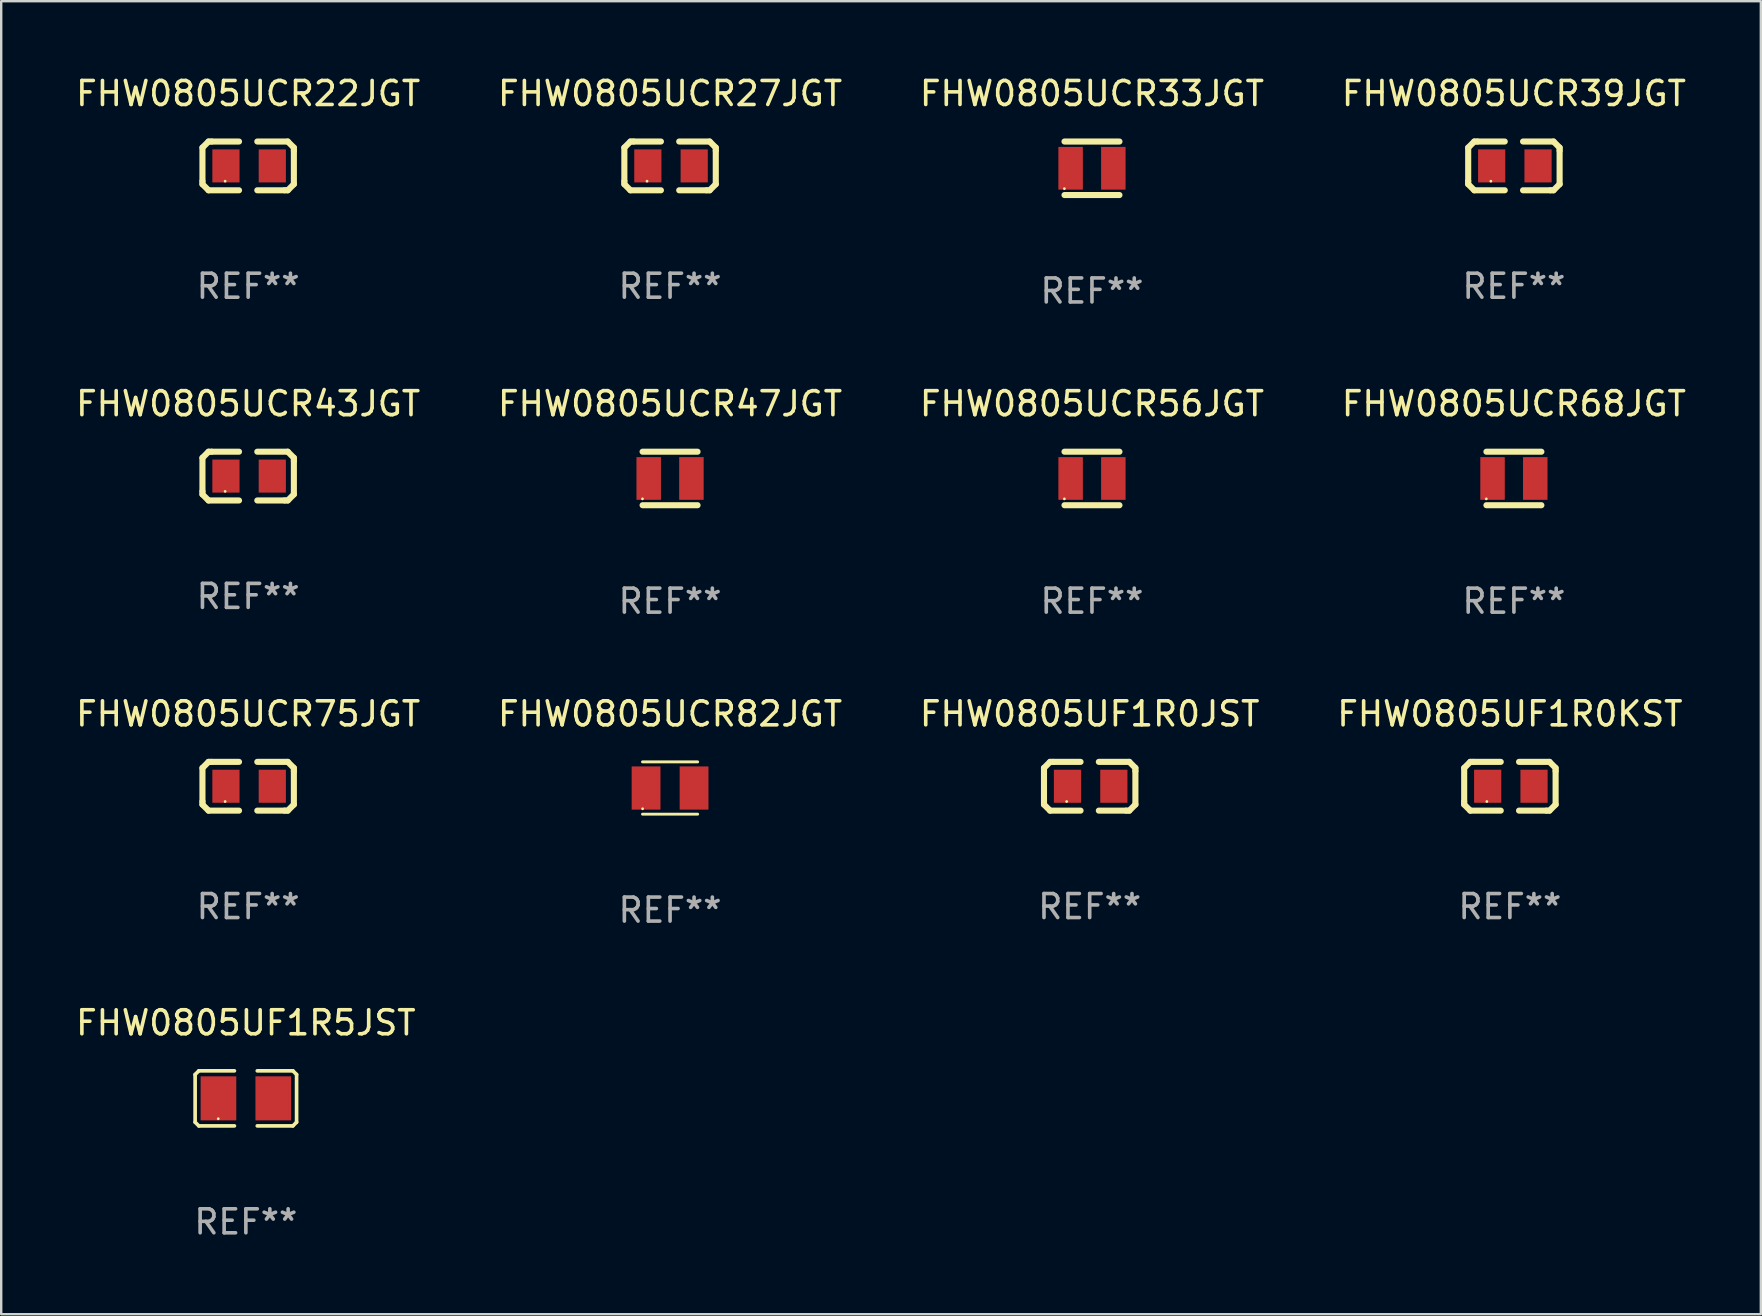
<source format=kicad_pcb>
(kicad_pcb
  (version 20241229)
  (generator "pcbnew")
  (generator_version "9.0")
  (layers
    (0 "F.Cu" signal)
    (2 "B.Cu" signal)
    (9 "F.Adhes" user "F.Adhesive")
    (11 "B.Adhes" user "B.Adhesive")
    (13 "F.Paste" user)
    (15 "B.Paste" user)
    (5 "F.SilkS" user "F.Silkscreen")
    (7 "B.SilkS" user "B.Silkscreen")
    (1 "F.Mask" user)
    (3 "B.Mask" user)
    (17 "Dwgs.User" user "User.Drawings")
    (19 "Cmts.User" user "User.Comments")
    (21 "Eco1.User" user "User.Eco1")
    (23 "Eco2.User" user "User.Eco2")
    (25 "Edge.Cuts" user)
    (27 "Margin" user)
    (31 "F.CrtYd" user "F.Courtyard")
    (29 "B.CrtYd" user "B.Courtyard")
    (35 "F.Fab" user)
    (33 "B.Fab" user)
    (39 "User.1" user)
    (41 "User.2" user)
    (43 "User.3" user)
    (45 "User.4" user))
  (footprint "FHW0805UCR39JGT"
    (layer "F.Cu")
    (at 60.042 3.864)
    (property "Reference" "FHW0805UCR39JGT" (at 0 -3.016 0) (layer "F.SilkS") (effects (font (size 1 1) (thickness 0.15))))
    (attr through_hole)
    (fp_line (start -1.905 -0.762) (end -1.905 0.635) (stroke (width 0.254) (type solid)) (layer "F.SilkS"))
    (fp_line (start -1.905 0.635) (end -1.905 0.762) (stroke (width 0.254) (type solid)) (layer "F.SilkS"))
    (fp_line (start -1.905 0.762) (end -1.651 1.016) (stroke (width 0.254) (type solid)) (layer "F.SilkS"))
    (fp_line (start -1.651 -1.016) (end -1.905 -0.762) (stroke (width 0.254) (type solid)) (layer "F.SilkS"))
    (fp_line (start -1.651 1.016) (end -0.381 1.016) (stroke (width 0.254) (type solid)) (layer "F.SilkS"))
    (fp_line (start -1.524 -1.016) (end -1.651 -1.016) (stroke (width 0.254) (type solid)) (layer "F.SilkS"))
    (fp_line (start -0.381 -1.016) (end -1.524 -1.016) (stroke (width 0.254) (type solid)) (layer "F.SilkS"))
    (fp_line (start 0.381 1.016) (end 1.524 1.016) (stroke (width 0.254) (type solid)) (layer "F.SilkS"))
    (fp_line (start 1.524 1.016) (end 1.651 1.016) (stroke (width 0.254) (type solid)) (layer "F.SilkS"))
    (fp_line (start 1.651 -1.016) (end 0.381 -1.016) (stroke (width 0.254) (type solid)) (layer "F.SilkS"))
    (fp_line (start 1.651 1.016) (end 1.905 0.762) (stroke (width 0.254) (type solid)) (layer "F.SilkS"))
    (fp_line (start 1.905 -0.762) (end 1.651 -1.016) (stroke (width 0.254) (type solid)) (layer "F.SilkS"))
    (fp_line (start 1.905 -0.635) (end 1.905 -0.762) (stroke (width 0.254) (type solid)) (layer "F.SilkS"))
    (fp_line (start 1.905 0.762) (end 1.905 -0.635) (stroke (width 0.254) (type solid)) (layer "F.SilkS"))
    (fp_circle (center -0.96 0.637) (end -0.93 0.637) (stroke (width 0.06) (type solid)) (fill no) (layer "F.SilkS"))
    (fp_text user "REF**" (at 0 5.016 0) (layer "F.Fab") (effects (font (size 1 1) (thickness 0.15))))
    (pad "1" smd rect (at -0.926 -0.000051) (size 1.133 1.377) (layers "F.Cu" "F.Mask" "F.Paste"))
    (pad "2" smd rect (at 1.006 -0.000051) (size 1.133 1.377) (layers "F.Cu" "F.Mask" "F.Paste")))
  (footprint "FHW0805UCR43JGT"
    (layer "F.Cu")
    (at 7.292 16.791)
    (property "Reference" "FHW0805UCR43JGT" (at 0 -3.016 0) (layer "F.SilkS") (effects (font (size 1 1) (thickness 0.15))))
    (attr through_hole)
    (fp_line (start -1.905 -0.762) (end -1.905 0.635) (stroke (width 0.254) (type solid)) (layer "F.SilkS"))
    (fp_line (start -1.905 0.635) (end -1.905 0.762) (stroke (width 0.254) (type solid)) (layer "F.SilkS"))
    (fp_line (start -1.905 0.762) (end -1.651 1.016) (stroke (width 0.254) (type solid)) (layer "F.SilkS"))
    (fp_line (start -1.651 -1.016) (end -1.905 -0.762) (stroke (width 0.254) (type solid)) (layer "F.SilkS"))
    (fp_line (start -1.651 1.016) (end -0.381 1.016) (stroke (width 0.254) (type solid)) (layer "F.SilkS"))
    (fp_line (start -1.524 -1.016) (end -1.651 -1.016) (stroke (width 0.254) (type solid)) (layer "F.SilkS"))
    (fp_line (start -0.381 -1.016) (end -1.524 -1.016) (stroke (width 0.254) (type solid)) (layer "F.SilkS"))
    (fp_line (start 0.381 1.016) (end 1.524 1.016) (stroke (width 0.254) (type solid)) (layer "F.SilkS"))
    (fp_line (start 1.524 1.016) (end 1.651 1.016) (stroke (width 0.254) (type solid)) (layer "F.SilkS"))
    (fp_line (start 1.651 -1.016) (end 0.381 -1.016) (stroke (width 0.254) (type solid)) (layer "F.SilkS"))
    (fp_line (start 1.651 1.016) (end 1.905 0.762) (stroke (width 0.254) (type solid)) (layer "F.SilkS"))
    (fp_line (start 1.905 -0.762) (end 1.651 -1.016) (stroke (width 0.254) (type solid)) (layer "F.SilkS"))
    (fp_line (start 1.905 -0.635) (end 1.905 -0.762) (stroke (width 0.254) (type solid)) (layer "F.SilkS"))
    (fp_line (start 1.905 0.762) (end 1.905 -0.635) (stroke (width 0.254) (type solid)) (layer "F.SilkS"))
    (fp_circle (center -0.96 0.637) (end -0.93 0.637) (stroke (width 0.06) (type solid)) (fill no) (layer "F.SilkS"))
    (fp_text user "REF**" (at 0 5.016 0) (layer "F.Fab") (effects (font (size 1 1) (thickness 0.15))))
    (pad "1" smd rect (at -0.926 -0.000051) (size 1.133 1.377) (layers "F.Cu" "F.Mask" "F.Paste"))
    (pad "2" smd rect (at 1.006 -0.000051) (size 1.133 1.377) (layers "F.Cu" "F.Mask" "F.Paste")))
  (footprint "FHW0805UCR33JGT"
    (layer "F.Cu")
    (at 42.458 3.963)
    (property "Reference" "FHW0805UCR33JGT" (at 0 -3.115 0) (layer "F.SilkS") (effects (font (size 1 1) (thickness 0.15))))
    (attr through_hole)
    (fp_line (start -1.145 -1.115) (end 1.145 -1.115) (stroke (width 0.254) (type solid)) (layer "F.SilkS"))
    (fp_line (start -1.145 1.115) (end 1.145 1.115) (stroke (width 0.254) (type solid)) (layer "F.SilkS"))
    (fp_circle (center -1.15 0.85) (end -1.12 0.85) (stroke (width 0.06) (type solid)) (fill no) (layer "F.SilkS"))
    (fp_text user "REF**" (at 0 5.115 0) (layer "F.Fab") (effects (font (size 1 1) (thickness 0.15))))
    (pad "1" smd rect (at -0.89 0 90) (size 1.78 1.02) (layers "F.Cu" "F.Mask" "F.Paste"))
    (pad "2" smd rect (at 0.89 0 90) (size 1.78 1.02) (layers "F.Cu" "F.Mask" "F.Paste")))
  (footprint "FHW0805UCR75JGT"
    (layer "F.Cu")
    (at 7.292 29.717)
    (property "Reference" "FHW0805UCR75JGT" (at 0 -3.016 0) (layer "F.SilkS") (effects (font (size 1 1) (thickness 0.15))))
    (attr through_hole)
    (fp_line (start -1.905 -0.762) (end -1.905 0.635) (stroke (width 0.254) (type solid)) (layer "F.SilkS"))
    (fp_line (start -1.905 0.635) (end -1.905 0.762) (stroke (width 0.254) (type solid)) (layer "F.SilkS"))
    (fp_line (start -1.905 0.762) (end -1.651 1.016) (stroke (width 0.254) (type solid)) (layer "F.SilkS"))
    (fp_line (start -1.651 -1.016) (end -1.905 -0.762) (stroke (width 0.254) (type solid)) (layer "F.SilkS"))
    (fp_line (start -1.651 1.016) (end -0.381 1.016) (stroke (width 0.254) (type solid)) (layer "F.SilkS"))
    (fp_line (start -1.524 -1.016) (end -1.651 -1.016) (stroke (width 0.254) (type solid)) (layer "F.SilkS"))
    (fp_line (start -0.381 -1.016) (end -1.524 -1.016) (stroke (width 0.254) (type solid)) (layer "F.SilkS"))
    (fp_line (start 0.381 1.016) (end 1.524 1.016) (stroke (width 0.254) (type solid)) (layer "F.SilkS"))
    (fp_line (start 1.524 1.016) (end 1.651 1.016) (stroke (width 0.254) (type solid)) (layer "F.SilkS"))
    (fp_line (start 1.651 -1.016) (end 0.381 -1.016) (stroke (width 0.254) (type solid)) (layer "F.SilkS"))
    (fp_line (start 1.651 1.016) (end 1.905 0.762) (stroke (width 0.254) (type solid)) (layer "F.SilkS"))
    (fp_line (start 1.905 -0.762) (end 1.651 -1.016) (stroke (width 0.254) (type solid)) (layer "F.SilkS"))
    (fp_line (start 1.905 -0.635) (end 1.905 -0.762) (stroke (width 0.254) (type solid)) (layer "F.SilkS"))
    (fp_line (start 1.905 0.762) (end 1.905 -0.635) (stroke (width 0.254) (type solid)) (layer "F.SilkS"))
    (fp_circle (center -0.96 0.637) (end -0.93 0.637) (stroke (width 0.06) (type solid)) (fill no) (layer "F.SilkS"))
    (fp_text user "REF**" (at 0 5.016 0) (layer "F.Fab") (effects (font (size 1 1) (thickness 0.15))))
    (pad "1" smd rect (at -0.926 -0.000051) (size 1.133 1.377) (layers "F.Cu" "F.Mask" "F.Paste"))
    (pad "2" smd rect (at 1.006 -0.000051) (size 1.133 1.377) (layers "F.Cu" "F.Mask" "F.Paste")))
  (footprint "FHW0805UCR82JGT"
    (layer "F.Cu")
    (at 24.875 29.791)
    (property "Reference" "FHW0805UCR82JGT" (at 0 -3.09 0) (layer "F.SilkS") (effects (font (size 1 1) (thickness 0.15))))
    (attr through_hole)
    (fp_line (start -1.15 1.09) (end 1.15 1.09) (stroke (width 0.12) (type solid)) (layer "F.SilkS"))
    (fp_line (start 1.15 -1.09) (end -1.15 -1.09) (stroke (width 0.12) (type solid)) (layer "F.SilkS"))
    (fp_circle (center -1.145 0.865) (end -1.115 0.865) (stroke (width 0.06) (type solid)) (fill no) (layer "F.SilkS"))
    (fp_text user "REF**" (at 0 5.09 0) (layer "F.Fab") (effects (font (size 1 1) (thickness 0.15))))
    (pad "1" smd rect (at -1 0 90) (size 1.8 1.2) (layers "F.Cu" "F.Mask" "F.Paste"))
    (pad "2" smd rect (at 1 0 90) (size 1.8 1.2) (layers "F.Cu" "F.Mask" "F.Paste")))
  (footprint "FHW0805UCR56JGT"
    (layer "F.Cu")
    (at 42.458 16.89)
    (property "Reference" "FHW0805UCR56JGT" (at 0 -3.115 0) (layer "F.SilkS") (effects (font (size 1 1) (thickness 0.15))))
    (attr through_hole)
    (fp_line (start -1.145 -1.115) (end 1.145 -1.115) (stroke (width 0.254) (type solid)) (layer "F.SilkS"))
    (fp_line (start -1.145 1.115) (end 1.145 1.115) (stroke (width 0.254) (type solid)) (layer "F.SilkS"))
    (fp_circle (center -1.15 0.85) (end -1.12 0.85) (stroke (width 0.06) (type solid)) (fill no) (layer "F.SilkS"))
    (fp_text user "REF**" (at 0 5.115 0) (layer "F.Fab") (effects (font (size 1 1) (thickness 0.15))))
    (pad "1" smd rect (at -0.89 0 90) (size 1.78 1.02) (layers "F.Cu" "F.Mask" "F.Paste"))
    (pad "2" smd rect (at 0.89 0 90) (size 1.78 1.02) (layers "F.Cu" "F.Mask" "F.Paste")))
  (footprint "FHW0805UCR47JGT"
    (layer "F.Cu")
    (at 24.875 16.89)
    (property "Reference" "FHW0805UCR47JGT" (at 0 -3.115 0) (layer "F.SilkS") (effects (font (size 1 1) (thickness 0.15))))
    (attr through_hole)
    (fp_line (start -1.145 -1.115) (end 1.145 -1.115) (stroke (width 0.254) (type solid)) (layer "F.SilkS"))
    (fp_line (start -1.145 1.115) (end 1.145 1.115) (stroke (width 0.254) (type solid)) (layer "F.SilkS"))
    (fp_circle (center -1.15 0.85) (end -1.12 0.85) (stroke (width 0.06) (type solid)) (fill no) (layer "F.SilkS"))
    (fp_text user "REF**" (at 0 5.115 0) (layer "F.Fab") (effects (font (size 1 1) (thickness 0.15))))
    (pad "1" smd rect (at -0.89 0 90) (size 1.78 1.02) (layers "F.Cu" "F.Mask" "F.Paste"))
    (pad "2" smd rect (at 0.89 0 90) (size 1.78 1.02) (layers "F.Cu" "F.Mask" "F.Paste")))
  (footprint "FHW0805UF1R5JST"
    (layer "F.Cu")
    (at 7.196 42.724)
    (property "Reference" "FHW0805UF1R5JST" (at 0 -3.147 0) (layer "F.SilkS") (effects (font (size 1 1) (thickness 0.15))))
    (attr through_hole)
    (fp_line (start -2.114 -0.994) (end -2.114 0.994) (stroke (width 0.152) (type solid)) (layer "F.SilkS"))
    (fp_line (start -2.114 0.994) (end -1.961 1.147) (stroke (width 0.152) (type solid)) (layer "F.SilkS"))
    (fp_line (start -1.961 -1.147) (end -2.114 -0.994) (stroke (width 0.152) (type solid)) (layer "F.SilkS"))
    (fp_line (start -1.961 1.147) (end -0.476 1.147) (stroke (width 0.152) (type solid)) (layer "F.SilkS"))
    (fp_line (start -0.476 -1.147) (end -1.961 -1.147) (stroke (width 0.152) (type solid)) (layer "F.SilkS"))
    (fp_line (start 0.476 -1.147) (end 1.961 -1.147) (stroke (width 0.152) (type solid)) (layer "F.SilkS"))
    (fp_line (start 1.961 -1.147) (end 2.114 -0.994) (stroke (width 0.152) (type solid)) (layer "F.SilkS"))
    (fp_line (start 1.961 1.147) (end 0.476 1.147) (stroke (width 0.152) (type solid)) (layer "F.SilkS"))
    (fp_line (start 2.114 -0.994) (end 2.114 0.994) (stroke (width 0.152) (type solid)) (layer "F.SilkS"))
    (fp_line (start 2.114 0.994) (end 1.961 1.147) (stroke (width 0.152) (type solid)) (layer "F.SilkS"))
    (fp_circle (center -1.15 0.85) (end -1.12 0.85) (stroke (width 0.06) (type solid)) (fill no) (layer "F.SilkS"))
    (fp_text user "REF**" (at 0 5.147 0) (layer "F.Fab") (effects (font (size 1 1) (thickness 0.15))))
    (pad "1" smd rect (at -1.142 0) (size 1.485 1.836) (layers "F.Cu" "F.Mask" "F.Paste"))
    (pad "2" smd rect (at 1.142 0) (size 1.485 1.836) (layers "F.Cu" "F.Mask" "F.Paste")))
  (footprint "FHW0805UCR68JGT"
    (layer "F.Cu")
    (at 60.042 16.89)
    (property "Reference" "FHW0805UCR68JGT" (at 0 -3.115 0) (layer "F.SilkS") (effects (font (size 1 1) (thickness 0.15))))
    (attr through_hole)
    (fp_line (start -1.145 -1.115) (end 1.145 -1.115) (stroke (width 0.254) (type solid)) (layer "F.SilkS"))
    (fp_line (start -1.145 1.115) (end 1.145 1.115) (stroke (width 0.254) (type solid)) (layer "F.SilkS"))
    (fp_circle (center -1.15 0.85) (end -1.12 0.85) (stroke (width 0.06) (type solid)) (fill no) (layer "F.SilkS"))
    (fp_text user "REF**" (at 0 5.115 0) (layer "F.Fab") (effects (font (size 1 1) (thickness 0.15))))
    (pad "1" smd rect (at -0.89 0 90) (size 1.78 1.02) (layers "F.Cu" "F.Mask" "F.Paste"))
    (pad "2" smd rect (at 0.89 0 90) (size 1.78 1.02) (layers "F.Cu" "F.Mask" "F.Paste")))
  (footprint "FHW0805UF1R0KST"
    (layer "F.Cu")
    (at 59.875 29.717)
    (property "Reference" "FHW0805UF1R0KST" (at 0 -3.016 0) (layer "F.SilkS") (effects (font (size 1 1) (thickness 0.15))))
    (attr through_hole)
    (fp_line (start -1.905 -0.762) (end -1.905 0.635) (stroke (width 0.254) (type solid)) (layer "F.SilkS"))
    (fp_line (start -1.905 0.635) (end -1.905 0.762) (stroke (width 0.254) (type solid)) (layer "F.SilkS"))
    (fp_line (start -1.905 0.762) (end -1.651 1.016) (stroke (width 0.254) (type solid)) (layer "F.SilkS"))
    (fp_line (start -1.651 -1.016) (end -1.905 -0.762) (stroke (width 0.254) (type solid)) (layer "F.SilkS"))
    (fp_line (start -1.651 1.016) (end -0.381 1.016) (stroke (width 0.254) (type solid)) (layer "F.SilkS"))
    (fp_line (start -1.524 -1.016) (end -1.651 -1.016) (stroke (width 0.254) (type solid)) (layer "F.SilkS"))
    (fp_line (start -0.381 -1.016) (end -1.524 -1.016) (stroke (width 0.254) (type solid)) (layer "F.SilkS"))
    (fp_line (start 0.381 1.016) (end 1.524 1.016) (stroke (width 0.254) (type solid)) (layer "F.SilkS"))
    (fp_line (start 1.524 1.016) (end 1.651 1.016) (stroke (width 0.254) (type solid)) (layer "F.SilkS"))
    (fp_line (start 1.651 -1.016) (end 0.381 -1.016) (stroke (width 0.254) (type solid)) (layer "F.SilkS"))
    (fp_line (start 1.651 1.016) (end 1.905 0.762) (stroke (width 0.254) (type solid)) (layer "F.SilkS"))
    (fp_line (start 1.905 -0.762) (end 1.651 -1.016) (stroke (width 0.254) (type solid)) (layer "F.SilkS"))
    (fp_line (start 1.905 -0.635) (end 1.905 -0.762) (stroke (width 0.254) (type solid)) (layer "F.SilkS"))
    (fp_line (start 1.905 0.762) (end 1.905 -0.635) (stroke (width 0.254) (type solid)) (layer "F.SilkS"))
    (fp_circle (center -0.96 0.637) (end -0.93 0.637) (stroke (width 0.06) (type solid)) (fill no) (layer "F.SilkS"))
    (fp_text user "REF**" (at 0 5.016 0) (layer "F.Fab") (effects (font (size 1 1) (thickness 0.15))))
    (pad "1" smd rect (at -0.926 -0.000051) (size 1.133 1.377) (layers "F.Cu" "F.Mask" "F.Paste"))
    (pad "2" smd rect (at 1.006 -0.000051) (size 1.133 1.377) (layers "F.Cu" "F.Mask" "F.Paste")))
  (footprint "FHW0805UCR22JGT"
    (layer "F.Cu")
    (at 7.292 3.864)
    (property "Reference" "FHW0805UCR22JGT" (at 0 -3.016 0) (layer "F.SilkS") (effects (font (size 1 1) (thickness 0.15))))
    (attr through_hole)
    (fp_line (start -1.905 -0.762) (end -1.905 0.635) (stroke (width 0.254) (type solid)) (layer "F.SilkS"))
    (fp_line (start -1.905 0.635) (end -1.905 0.762) (stroke (width 0.254) (type solid)) (layer "F.SilkS"))
    (fp_line (start -1.905 0.762) (end -1.651 1.016) (stroke (width 0.254) (type solid)) (layer "F.SilkS"))
    (fp_line (start -1.651 -1.016) (end -1.905 -0.762) (stroke (width 0.254) (type solid)) (layer "F.SilkS"))
    (fp_line (start -1.651 1.016) (end -0.381 1.016) (stroke (width 0.254) (type solid)) (layer "F.SilkS"))
    (fp_line (start -1.524 -1.016) (end -1.651 -1.016) (stroke (width 0.254) (type solid)) (layer "F.SilkS"))
    (fp_line (start -0.381 -1.016) (end -1.524 -1.016) (stroke (width 0.254) (type solid)) (layer "F.SilkS"))
    (fp_line (start 0.381 1.016) (end 1.524 1.016) (stroke (width 0.254) (type solid)) (layer "F.SilkS"))
    (fp_line (start 1.524 1.016) (end 1.651 1.016) (stroke (width 0.254) (type solid)) (layer "F.SilkS"))
    (fp_line (start 1.651 -1.016) (end 0.381 -1.016) (stroke (width 0.254) (type solid)) (layer "F.SilkS"))
    (fp_line (start 1.651 1.016) (end 1.905 0.762) (stroke (width 0.254) (type solid)) (layer "F.SilkS"))
    (fp_line (start 1.905 -0.762) (end 1.651 -1.016) (stroke (width 0.254) (type solid)) (layer "F.SilkS"))
    (fp_line (start 1.905 -0.635) (end 1.905 -0.762) (stroke (width 0.254) (type solid)) (layer "F.SilkS"))
    (fp_line (start 1.905 0.762) (end 1.905 -0.635) (stroke (width 0.254) (type solid)) (layer "F.SilkS"))
    (fp_circle (center -0.96 0.637) (end -0.93 0.637) (stroke (width 0.06) (type solid)) (fill no) (layer "F.SilkS"))
    (fp_text user "REF**" (at 0 5.016 0) (layer "F.Fab") (effects (font (size 1 1) (thickness 0.15))))
    (pad "1" smd rect (at -0.926 -0.000051) (size 1.133 1.377) (layers "F.Cu" "F.Mask" "F.Paste"))
    (pad "2" smd rect (at 1.006 -0.000051) (size 1.133 1.377) (layers "F.Cu" "F.Mask" "F.Paste")))
  (footprint "FHW0805UCR27JGT"
    (layer "F.Cu")
    (at 24.875 3.864)
    (property "Reference" "FHW0805UCR27JGT" (at 0 -3.016 0) (layer "F.SilkS") (effects (font (size 1 1) (thickness 0.15))))
    (attr through_hole)
    (fp_line (start -1.905 -0.762) (end -1.905 0.635) (stroke (width 0.254) (type solid)) (layer "F.SilkS"))
    (fp_line (start -1.905 0.635) (end -1.905 0.762) (stroke (width 0.254) (type solid)) (layer "F.SilkS"))
    (fp_line (start -1.905 0.762) (end -1.651 1.016) (stroke (width 0.254) (type solid)) (layer "F.SilkS"))
    (fp_line (start -1.651 -1.016) (end -1.905 -0.762) (stroke (width 0.254) (type solid)) (layer "F.SilkS"))
    (fp_line (start -1.651 1.016) (end -0.381 1.016) (stroke (width 0.254) (type solid)) (layer "F.SilkS"))
    (fp_line (start -1.524 -1.016) (end -1.651 -1.016) (stroke (width 0.254) (type solid)) (layer "F.SilkS"))
    (fp_line (start -0.381 -1.016) (end -1.524 -1.016) (stroke (width 0.254) (type solid)) (layer "F.SilkS"))
    (fp_line (start 0.381 1.016) (end 1.524 1.016) (stroke (width 0.254) (type solid)) (layer "F.SilkS"))
    (fp_line (start 1.524 1.016) (end 1.651 1.016) (stroke (width 0.254) (type solid)) (layer "F.SilkS"))
    (fp_line (start 1.651 -1.016) (end 0.381 -1.016) (stroke (width 0.254) (type solid)) (layer "F.SilkS"))
    (fp_line (start 1.651 1.016) (end 1.905 0.762) (stroke (width 0.254) (type solid)) (layer "F.SilkS"))
    (fp_line (start 1.905 -0.762) (end 1.651 -1.016) (stroke (width 0.254) (type solid)) (layer "F.SilkS"))
    (fp_line (start 1.905 -0.635) (end 1.905 -0.762) (stroke (width 0.254) (type solid)) (layer "F.SilkS"))
    (fp_line (start 1.905 0.762) (end 1.905 -0.635) (stroke (width 0.254) (type solid)) (layer "F.SilkS"))
    (fp_circle (center -0.96 0.637) (end -0.93 0.637) (stroke (width 0.06) (type solid)) (fill no) (layer "F.SilkS"))
    (fp_text user "REF**" (at 0 5.016 0) (layer "F.Fab") (effects (font (size 1 1) (thickness 0.15))))
    (pad "1" smd rect (at -0.926 -0.000051) (size 1.133 1.377) (layers "F.Cu" "F.Mask" "F.Paste"))
    (pad "2" smd rect (at 1.006 -0.000051) (size 1.133 1.377) (layers "F.Cu" "F.Mask" "F.Paste")))
  (footprint "FHW0805UF1R0JST"
    (layer "F.Cu")
    (at 42.363 29.717)
    (property "Reference" "FHW0805UF1R0JST" (at 0 -3.016 0) (layer "F.SilkS") (effects (font (size 1 1) (thickness 0.15))))
    (attr through_hole)
    (fp_line (start -1.905 -0.762) (end -1.905 0.635) (stroke (width 0.254) (type solid)) (layer "F.SilkS"))
    (fp_line (start -1.905 0.635) (end -1.905 0.762) (stroke (width 0.254) (type solid)) (layer "F.SilkS"))
    (fp_line (start -1.905 0.762) (end -1.651 1.016) (stroke (width 0.254) (type solid)) (layer "F.SilkS"))
    (fp_line (start -1.651 -1.016) (end -1.905 -0.762) (stroke (width 0.254) (type solid)) (layer "F.SilkS"))
    (fp_line (start -1.651 1.016) (end -0.381 1.016) (stroke (width 0.254) (type solid)) (layer "F.SilkS"))
    (fp_line (start -1.524 -1.016) (end -1.651 -1.016) (stroke (width 0.254) (type solid)) (layer "F.SilkS"))
    (fp_line (start -0.381 -1.016) (end -1.524 -1.016) (stroke (width 0.254) (type solid)) (layer "F.SilkS"))
    (fp_line (start 0.381 1.016) (end 1.524 1.016) (stroke (width 0.254) (type solid)) (layer "F.SilkS"))
    (fp_line (start 1.524 1.016) (end 1.651 1.016) (stroke (width 0.254) (type solid)) (layer "F.SilkS"))
    (fp_line (start 1.651 -1.016) (end 0.381 -1.016) (stroke (width 0.254) (type solid)) (layer "F.SilkS"))
    (fp_line (start 1.651 1.016) (end 1.905 0.762) (stroke (width 0.254) (type solid)) (layer "F.SilkS"))
    (fp_line (start 1.905 -0.762) (end 1.651 -1.016) (stroke (width 0.254) (type solid)) (layer "F.SilkS"))
    (fp_line (start 1.905 -0.635) (end 1.905 -0.762) (stroke (width 0.254) (type solid)) (layer "F.SilkS"))
    (fp_line (start 1.905 0.762) (end 1.905 -0.635) (stroke (width 0.254) (type solid)) (layer "F.SilkS"))
    (fp_circle (center -0.96 0.637) (end -0.93 0.637) (stroke (width 0.06) (type solid)) (fill no) (layer "F.SilkS"))
    (fp_text user "REF**" (at 0 5.016 0) (layer "F.Fab") (effects (font (size 1 1) (thickness 0.15))))
    (pad "1" smd rect (at -0.926 -0.000051) (size 1.133 1.377) (layers "F.Cu" "F.Mask" "F.Paste"))
    (pad "2" smd rect (at 1.006 -0.000051) (size 1.133 1.377) (layers "F.Cu" "F.Mask" "F.Paste")))
  (gr_rect
    (start -3 -3)
    (end 70.333 51.719)
    (stroke (width 0.1) (type default))
    (fill no)
    (layer "Edge.Cuts")))
</source>
